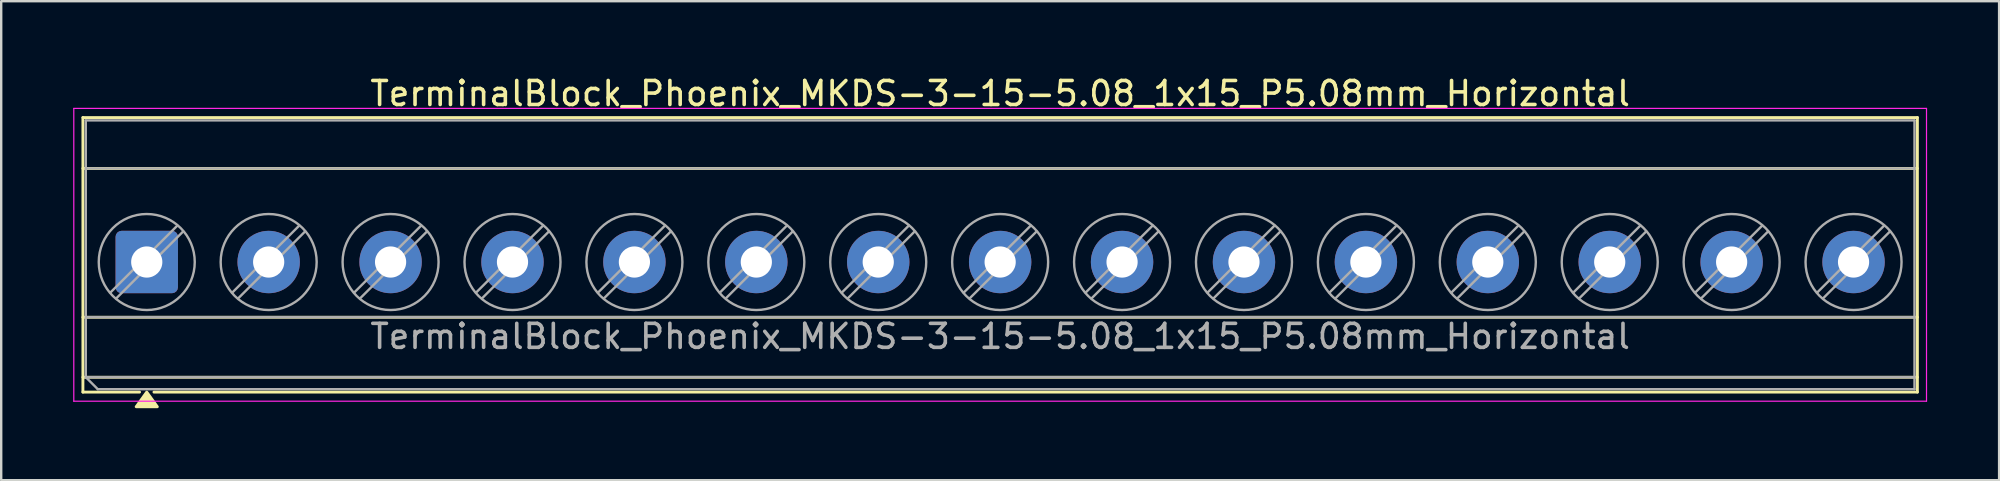
<source format=kicad_pcb>
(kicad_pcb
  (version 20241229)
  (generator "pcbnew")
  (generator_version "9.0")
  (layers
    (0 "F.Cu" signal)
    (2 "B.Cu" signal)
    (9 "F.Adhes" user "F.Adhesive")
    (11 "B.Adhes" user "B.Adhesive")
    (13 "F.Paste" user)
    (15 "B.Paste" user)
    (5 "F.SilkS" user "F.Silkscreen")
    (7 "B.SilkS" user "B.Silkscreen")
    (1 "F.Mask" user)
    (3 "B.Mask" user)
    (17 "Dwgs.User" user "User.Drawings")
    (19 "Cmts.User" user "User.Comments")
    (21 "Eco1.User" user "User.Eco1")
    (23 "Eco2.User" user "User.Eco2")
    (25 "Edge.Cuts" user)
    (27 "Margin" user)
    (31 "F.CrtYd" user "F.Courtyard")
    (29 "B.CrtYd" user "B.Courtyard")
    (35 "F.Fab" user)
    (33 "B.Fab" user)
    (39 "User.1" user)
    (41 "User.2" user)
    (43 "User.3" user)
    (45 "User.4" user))
  (footprint "TerminalBlock_Phoenix_MKDS-3-15-5.08_1x15_P5.08mm_Horizontal"
    (layer "F.Cu")
    (at 3.065 7.868)
    (property "Reference" "TerminalBlock_Phoenix_MKDS-3-15-5.08_1x15_P5.08mm_Horizontal" (at 35.56 -7.02 0) (layer "F.SilkS") (effects (font (size 1 1) (thickness 0.15))))
    (attr through_hole)
    (fp_line (start -2.66 -6.02) (end -2.66 5.42) (stroke (width 0.12) (type solid)) (layer "F.SilkS"))
    (fp_line (start -2.66 -6.02) (end 73.78 -6.02) (stroke (width 0.12) (type solid)) (layer "F.SilkS"))
    (fp_line (start -2.66 -3.9) (end 73.78 -3.9) (stroke (width 0.12) (type solid)) (layer "F.SilkS"))
    (fp_line (start -2.66 2.3) (end 73.78 2.3) (stroke (width 0.12) (type solid)) (layer "F.SilkS"))
    (fp_line (start -2.66 4.8) (end 73.78 4.8) (stroke (width 0.12) (type solid)) (layer "F.SilkS"))
    (fp_line (start -2.66 5.42) (end -0.3 5.42) (stroke (width 0.12) (type solid)) (layer "F.SilkS"))
    (fp_line (start 0.3 5.42) (end 73.78 5.42) (stroke (width 0.12) (type solid)) (layer "F.SilkS"))
    (fp_line (start 73.78 -6.02) (end 73.78 5.42) (stroke (width 0.12) (type solid)) (layer "F.SilkS"))
    (fp_poly (pts (xy 0 5.42) (xy 0.44 6.03) (xy -0.44 6.03)) (stroke (width 0.12) (type solid)) (fill yes) (layer "F.SilkS"))
    (fp_line (start -3.04 -6.4) (end -3.04 5.8) (stroke (width 0.05) (type solid)) (layer "F.CrtYd"))
    (fp_line (start -3.04 5.8) (end 74.16 5.8) (stroke (width 0.05) (type solid)) (layer "F.CrtYd"))
    (fp_line (start 74.16 -6.4) (end -3.04 -6.4) (stroke (width 0.05) (type solid)) (layer "F.CrtYd"))
    (fp_line (start 74.16 5.8) (end 74.16 -6.4) (stroke (width 0.05) (type solid)) (layer "F.CrtYd"))
    (fp_line (start -2.54 -5.9) (end 73.66 -5.9) (stroke (width 0.1) (type solid)) (layer "F.Fab"))
    (fp_line (start -2.54 -3.9) (end 73.66 -3.9) (stroke (width 0.1) (type solid)) (layer "F.Fab"))
    (fp_line (start -2.54 2.3) (end 73.66 2.3) (stroke (width 0.1) (type solid)) (layer "F.Fab"))
    (fp_line (start -2.54 4.8) (end -2.54 -5.9) (stroke (width 0.1) (type solid)) (layer "F.Fab"))
    (fp_line (start -2.54 4.8) (end 73.66 4.8) (stroke (width 0.1) (type solid)) (layer "F.Fab"))
    (fp_line (start -2.04 5.3) (end -2.54 4.8) (stroke (width 0.1) (type solid)) (layer "F.Fab"))
    (fp_line (start 1.273 -1.517) (end -1.517 1.273) (stroke (width 0.1) (type solid)) (layer "F.Fab"))
    (fp_line (start 1.517 -1.273) (end -1.273 1.517) (stroke (width 0.1) (type solid)) (layer "F.Fab"))
    (fp_line (start 6.353 -1.517) (end 3.563 1.273) (stroke (width 0.1) (type solid)) (layer "F.Fab"))
    (fp_line (start 6.597 -1.273) (end 3.807 1.517) (stroke (width 0.1) (type solid)) (layer "F.Fab"))
    (fp_line (start 11.433 -1.517) (end 8.643 1.273) (stroke (width 0.1) (type solid)) (layer "F.Fab"))
    (fp_line (start 11.677 -1.273) (end 8.887 1.517) (stroke (width 0.1) (type solid)) (layer "F.Fab"))
    (fp_line (start 16.513 -1.517) (end 13.723 1.273) (stroke (width 0.1) (type solid)) (layer "F.Fab"))
    (fp_line (start 16.757 -1.273) (end 13.967 1.517) (stroke (width 0.1) (type solid)) (layer "F.Fab"))
    (fp_line (start 21.593 -1.517) (end 18.803 1.273) (stroke (width 0.1) (type solid)) (layer "F.Fab"))
    (fp_line (start 21.837 -1.273) (end 19.047 1.517) (stroke (width 0.1) (type solid)) (layer "F.Fab"))
    (fp_line (start 26.673 -1.517) (end 23.883 1.273) (stroke (width 0.1) (type solid)) (layer "F.Fab"))
    (fp_line (start 26.917 -1.273) (end 24.127 1.517) (stroke (width 0.1) (type solid)) (layer "F.Fab"))
    (fp_line (start 31.753 -1.517) (end 28.963 1.273) (stroke (width 0.1) (type solid)) (layer "F.Fab"))
    (fp_line (start 31.997 -1.273) (end 29.207 1.517) (stroke (width 0.1) (type solid)) (layer "F.Fab"))
    (fp_line (start 36.833 -1.517) (end 34.043 1.273) (stroke (width 0.1) (type solid)) (layer "F.Fab"))
    (fp_line (start 37.077 -1.273) (end 34.287 1.517) (stroke (width 0.1) (type solid)) (layer "F.Fab"))
    (fp_line (start 41.913 -1.517) (end 39.123 1.273) (stroke (width 0.1) (type solid)) (layer "F.Fab"))
    (fp_line (start 42.157 -1.273) (end 39.367 1.517) (stroke (width 0.1) (type solid)) (layer "F.Fab"))
    (fp_line (start 46.993 -1.517) (end 44.203 1.273) (stroke (width 0.1) (type solid)) (layer "F.Fab"))
    (fp_line (start 47.237 -1.273) (end 44.447 1.517) (stroke (width 0.1) (type solid)) (layer "F.Fab"))
    (fp_line (start 52.073 -1.517) (end 49.283 1.273) (stroke (width 0.1) (type solid)) (layer "F.Fab"))
    (fp_line (start 52.317 -1.273) (end 49.527 1.517) (stroke (width 0.1) (type solid)) (layer "F.Fab"))
    (fp_line (start 57.153 -1.517) (end 54.363 1.273) (stroke (width 0.1) (type solid)) (layer "F.Fab"))
    (fp_line (start 57.397 -1.273) (end 54.607 1.517) (stroke (width 0.1) (type solid)) (layer "F.Fab"))
    (fp_line (start 62.233 -1.517) (end 59.443 1.273) (stroke (width 0.1) (type solid)) (layer "F.Fab"))
    (fp_line (start 62.477 -1.273) (end 59.687 1.517) (stroke (width 0.1) (type solid)) (layer "F.Fab"))
    (fp_line (start 67.313 -1.517) (end 64.523 1.273) (stroke (width 0.1) (type solid)) (layer "F.Fab"))
    (fp_line (start 67.557 -1.273) (end 64.767 1.517) (stroke (width 0.1) (type solid)) (layer "F.Fab"))
    (fp_line (start 72.393 -1.517) (end 69.603 1.273) (stroke (width 0.1) (type solid)) (layer "F.Fab"))
    (fp_line (start 72.637 -1.273) (end 69.847 1.517) (stroke (width 0.1) (type solid)) (layer "F.Fab"))
    (fp_line (start 73.66 -5.9) (end 73.66 5.3) (stroke (width 0.1) (type solid)) (layer "F.Fab"))
    (fp_line (start 73.66 5.3) (end -2.04 5.3) (stroke (width 0.1) (type solid)) (layer "F.Fab"))
    (fp_circle (center 0 0) (end 2 0) (stroke (width 0.1) (type solid)) (fill no) (layer "F.Fab"))
    (fp_circle (center 5.08 0) (end 7.08 0) (stroke (width 0.1) (type solid)) (fill no) (layer "F.Fab"))
    (fp_circle (center 10.16 0) (end 12.16 0) (stroke (width 0.1) (type solid)) (fill no) (layer "F.Fab"))
    (fp_circle (center 15.24 0) (end 17.24 0) (stroke (width 0.1) (type solid)) (fill no) (layer "F.Fab"))
    (fp_circle (center 20.32 0) (end 22.32 0) (stroke (width 0.1) (type solid)) (fill no) (layer "F.Fab"))
    (fp_circle (center 25.4 0) (end 27.4 0) (stroke (width 0.1) (type solid)) (fill no) (layer "F.Fab"))
    (fp_circle (center 30.48 0) (end 32.48 0) (stroke (width 0.1) (type solid)) (fill no) (layer "F.Fab"))
    (fp_circle (center 35.56 0) (end 37.56 0) (stroke (width 0.1) (type solid)) (fill no) (layer "F.Fab"))
    (fp_circle (center 40.64 0) (end 42.64 0) (stroke (width 0.1) (type solid)) (fill no) (layer "F.Fab"))
    (fp_circle (center 45.72 0) (end 47.72 0) (stroke (width 0.1) (type solid)) (fill no) (layer "F.Fab"))
    (fp_circle (center 50.8 0) (end 52.8 0) (stroke (width 0.1) (type solid)) (fill no) (layer "F.Fab"))
    (fp_circle (center 55.88 0) (end 57.88 0) (stroke (width 0.1) (type solid)) (fill no) (layer "F.Fab"))
    (fp_circle (center 60.96 0) (end 62.96 0) (stroke (width 0.1) (type solid)) (fill no) (layer "F.Fab"))
    (fp_circle (center 66.04 0) (end 68.04 0) (stroke (width 0.1) (type solid)) (fill no) (layer "F.Fab"))
    (fp_circle (center 71.12 0) (end 73.12 0) (stroke (width 0.1) (type solid)) (fill no) (layer "F.Fab"))
    (fp_text user "${REFERENCE}" (at 35.56 3.1 0) (layer "F.Fab") (effects (font (size 1 1) (thickness 0.15))))
    (pad "1" thru_hole roundrect (at 0 0) (size 2.6 2.6) (drill 1.3) (layers "*.Cu" "*.Mask") (roundrect_rratio 0.096))
    (pad "2" thru_hole circle (at 5.08 0) (size 2.6 2.6) (drill 1.3) (layers "*.Cu" "*.Mask"))
    (pad "3" thru_hole circle (at 10.16 0) (size 2.6 2.6) (drill 1.3) (layers "*.Cu" "*.Mask"))
    (pad "4" thru_hole circle (at 15.24 0) (size 2.6 2.6) (drill 1.3) (layers "*.Cu" "*.Mask"))
    (pad "5" thru_hole circle (at 20.32 0) (size 2.6 2.6) (drill 1.3) (layers "*.Cu" "*.Mask"))
    (pad "6" thru_hole circle (at 25.4 0) (size 2.6 2.6) (drill 1.3) (layers "*.Cu" "*.Mask"))
    (pad "7" thru_hole circle (at 30.48 0) (size 2.6 2.6) (drill 1.3) (layers "*.Cu" "*.Mask"))
    (pad "8" thru_hole circle (at 35.56 0) (size 2.6 2.6) (drill 1.3) (layers "*.Cu" "*.Mask"))
    (pad "9" thru_hole circle (at 40.64 0) (size 2.6 2.6) (drill 1.3) (layers "*.Cu" "*.Mask"))
    (pad "10" thru_hole circle (at 45.72 0) (size 2.6 2.6) (drill 1.3) (layers "*.Cu" "*.Mask"))
    (pad "11" thru_hole circle (at 50.8 0) (size 2.6 2.6) (drill 1.3) (layers "*.Cu" "*.Mask"))
    (pad "12" thru_hole circle (at 55.88 0) (size 2.6 2.6) (drill 1.3) (layers "*.Cu" "*.Mask"))
    (pad "13" thru_hole circle (at 60.96 0) (size 2.6 2.6) (drill 1.3) (layers "*.Cu" "*.Mask"))
    (pad "14" thru_hole circle (at 66.04 0) (size 2.6 2.6) (drill 1.3) (layers "*.Cu" "*.Mask"))
    (pad "15" thru_hole circle (at 71.12 0) (size 2.6 2.6) (drill 1.3) (layers "*.Cu" "*.Mask")))
  (gr_rect
    (start -3 -3)
    (end 80.25 16.958)
    (stroke (width 0.1) (type default))
    (fill no)
    (layer "Edge.Cuts")))
</source>
